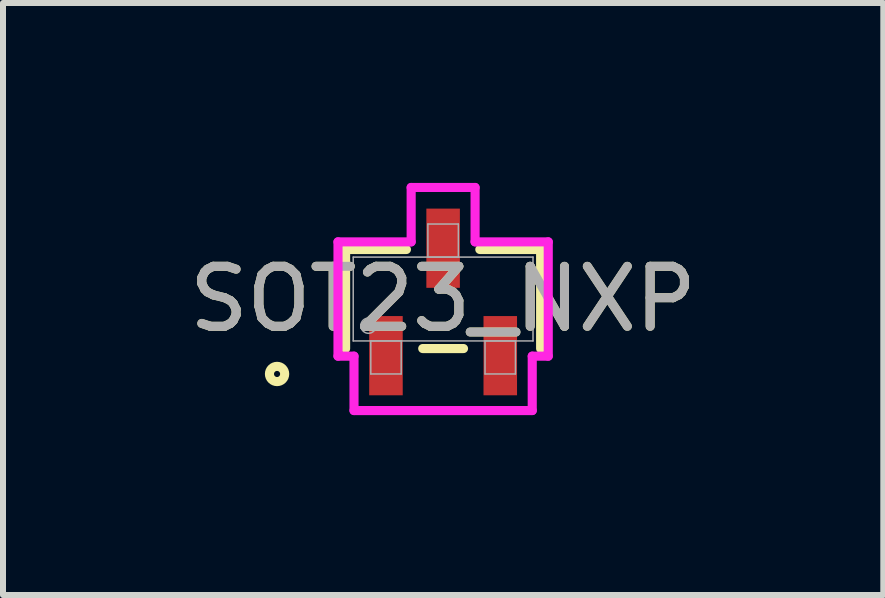
<source format=kicad_pcb>
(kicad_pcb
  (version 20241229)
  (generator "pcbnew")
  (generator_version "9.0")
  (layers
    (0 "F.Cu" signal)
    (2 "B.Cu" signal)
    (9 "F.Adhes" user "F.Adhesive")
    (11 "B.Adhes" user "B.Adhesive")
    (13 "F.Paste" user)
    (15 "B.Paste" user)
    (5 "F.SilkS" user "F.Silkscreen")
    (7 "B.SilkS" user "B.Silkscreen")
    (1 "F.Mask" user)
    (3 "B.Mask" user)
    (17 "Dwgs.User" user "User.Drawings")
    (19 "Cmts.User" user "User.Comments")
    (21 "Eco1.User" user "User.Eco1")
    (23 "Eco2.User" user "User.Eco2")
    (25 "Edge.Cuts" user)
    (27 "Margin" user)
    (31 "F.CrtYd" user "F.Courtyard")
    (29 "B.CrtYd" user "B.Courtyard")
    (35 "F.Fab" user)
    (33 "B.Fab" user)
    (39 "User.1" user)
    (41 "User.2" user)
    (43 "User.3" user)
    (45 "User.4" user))
  (footprint "SOT23_NXP"
    (layer "F.Cu")
    (at 4.339 1.936)
    (property "Reference" "SOT23_NXP" (at 0 0 0) (unlocked yes) (layer "F.SilkS") (effects (font (size 1 1) (thickness 0.15))))
    (attr smd)
    (fp_line (start -1.626 -0.826) (end -1.626 0.826) (stroke (width 0.152) (type solid)) (layer "F.SilkS"))
    (fp_line (start -0.612 -0.826) (end -1.626 -0.826) (stroke (width 0.152) (type solid)) (layer "F.SilkS"))
    (fp_line (start -0.34 0.826) (end 0.34 0.826) (stroke (width 0.152) (type solid)) (layer "F.SilkS"))
    (fp_line (start 1.626 -0.826) (end 0.612 -0.826) (stroke (width 0.152) (type solid)) (layer "F.SilkS"))
    (fp_line (start 1.626 0.826) (end 1.626 -0.826) (stroke (width 0.152) (type solid)) (layer "F.SilkS"))
    (fp_circle (center -2.769 1.25) (end -2.642 1.25) (stroke (width 0.152) (type solid)) (fill no) (layer "F.SilkS"))
    (fp_line (start -1.753 -0.953) (end -0.533 -0.953) (stroke (width 0.152) (type solid)) (layer "F.CrtYd"))
    (fp_line (start -1.753 0.953) (end -1.753 -0.953) (stroke (width 0.152) (type solid)) (layer "F.CrtYd"))
    (fp_line (start -1.753 0.953) (end -1.486 0.953) (stroke (width 0.152) (type solid)) (layer "F.CrtYd"))
    (fp_line (start -1.486 0.953) (end -1.486 1.86) (stroke (width 0.152) (type solid)) (layer "F.CrtYd"))
    (fp_line (start -1.486 1.86) (end 1.486 1.86) (stroke (width 0.152) (type solid)) (layer "F.CrtYd"))
    (fp_line (start -0.533 -1.86) (end 0.533 -1.86) (stroke (width 0.152) (type solid)) (layer "F.CrtYd"))
    (fp_line (start -0.533 -0.953) (end -0.533 -1.86) (stroke (width 0.152) (type solid)) (layer "F.CrtYd"))
    (fp_line (start 0.533 -0.953) (end 0.533 -1.86) (stroke (width 0.152) (type solid)) (layer "F.CrtYd"))
    (fp_line (start 1.486 0.953) (end 1.486 1.86) (stroke (width 0.152) (type solid)) (layer "F.CrtYd"))
    (fp_line (start 1.753 -0.953) (end 0.533 -0.953) (stroke (width 0.152) (type solid)) (layer "F.CrtYd"))
    (fp_line (start 1.753 -0.953) (end 1.753 0.953) (stroke (width 0.152) (type solid)) (layer "F.CrtYd"))
    (fp_line (start 1.753 0.953) (end 1.486 0.953) (stroke (width 0.152) (type solid)) (layer "F.CrtYd"))
    (fp_line (start -1.499 -0.699) (end -1.499 0.699) (stroke (width 0.025) (type solid)) (layer "F.Fab"))
    (fp_line (start -1.499 0.699) (end 1.499 0.699) (stroke (width 0.025) (type solid)) (layer "F.Fab"))
    (fp_line (start -1.206 0.699) (end -1.206 1.25) (stroke (width 0.025) (type solid)) (layer "F.Fab"))
    (fp_line (start -1.206 1.25) (end -0.699 1.25) (stroke (width 0.025) (type solid)) (layer "F.Fab"))
    (fp_line (start -0.699 0.699) (end -1.206 0.699) (stroke (width 0.025) (type solid)) (layer "F.Fab"))
    (fp_line (start -0.699 1.25) (end -0.699 0.699) (stroke (width 0.025) (type solid)) (layer "F.Fab"))
    (fp_line (start -0.254 -1.25) (end -0.254 -0.699) (stroke (width 0.025) (type solid)) (layer "F.Fab"))
    (fp_line (start -0.254 -0.699) (end 0.254 -0.699) (stroke (width 0.025) (type solid)) (layer "F.Fab"))
    (fp_line (start 0.254 -1.25) (end -0.254 -1.25) (stroke (width 0.025) (type solid)) (layer "F.Fab"))
    (fp_line (start 0.254 -0.699) (end 0.254 -1.25) (stroke (width 0.025) (type solid)) (layer "F.Fab"))
    (fp_line (start 0.699 0.699) (end 0.699 1.25) (stroke (width 0.025) (type solid)) (layer "F.Fab"))
    (fp_line (start 0.699 1.25) (end 1.206 1.25) (stroke (width 0.025) (type solid)) (layer "F.Fab"))
    (fp_line (start 1.206 0.699) (end 0.699 0.699) (stroke (width 0.025) (type solid)) (layer "F.Fab"))
    (fp_line (start 1.206 1.25) (end 1.206 0.699) (stroke (width 0.025) (type solid)) (layer "F.Fab"))
    (fp_line (start 1.499 -0.699) (end -1.499 -0.699) (stroke (width 0.025) (type solid)) (layer "F.Fab"))
    (fp_line (start 1.499 0.699) (end 1.499 -0.699) (stroke (width 0.025) (type solid)) (layer "F.Fab"))
    (fp_circle (center -1.245 0.445) (end -1.118 0.445) (stroke (width 0.025) (type solid)) (fill no) (layer "F.Fab"))
    (fp_text user "${REFERENCE}" (at 0 0 0) (unlocked yes) (layer "F.Fab") (effects (font (size 1 1) (thickness 0.15))))
    (pad "1" smd rect (at -0.953 0.945) (size 0.559 1.321) (layers "F.Cu" "F.Mask" "F.Paste"))
    (pad "2" smd rect (at 0.953 0.945) (size 0.559 1.321) (layers "F.Cu" "F.Mask" "F.Paste"))
    (pad "3" smd rect (at 0 -0.847) (size 0.559 1.321) (layers "F.Cu" "F.Mask" "F.Paste")))
  (gr_rect
    (start -3 -3)
    (end 11.679 6.872)
    (stroke (width 0.1) (type default))
    (fill no)
    (layer "Edge.Cuts")))
</source>
